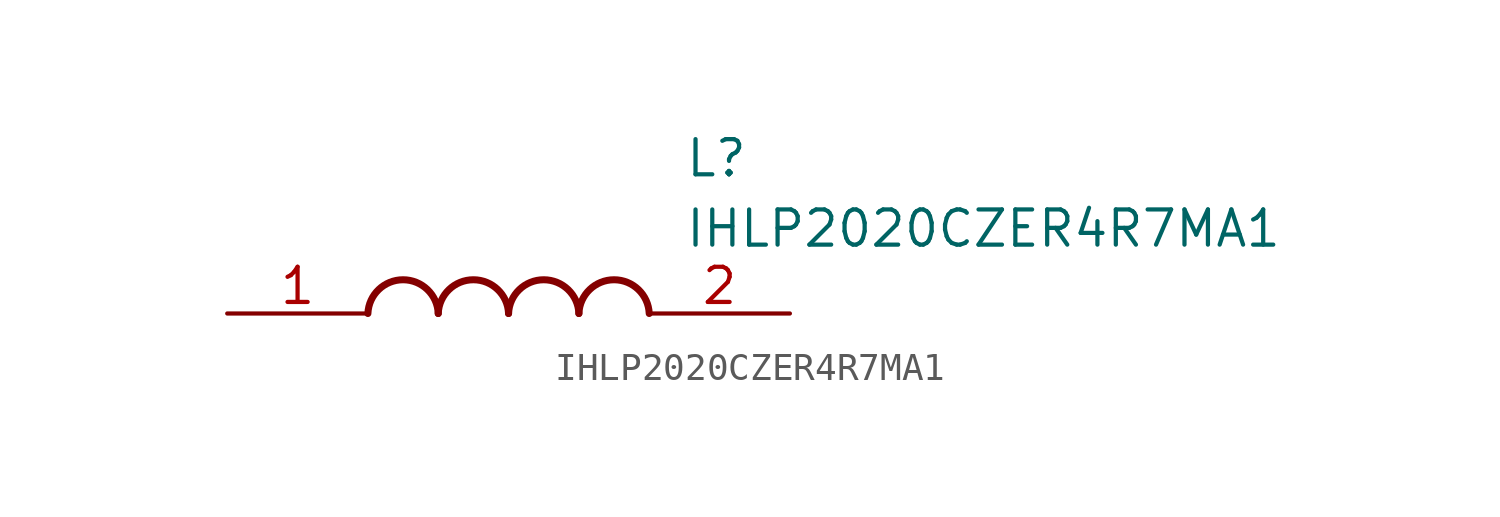
<source format=kicad_sym>
(kicad_symbol_lib
  (version 20211014)
  (generator SamacSys_ECAD_Model)
  (symbol "IHLP2020CZER4R7MA1"
    (pin_names hide)
    (property "Reference" "L"
      (at 16.51 6.35 0)
      (effects (font (size 1.27 1.27)) (justify left top)))
    (property "Value" "IHLP2020CZER4R7MA1"
      (at 16.51 3.81 0)
      (effects (font (size 1.27 1.27)) (justify left top)))
    (arc
      (start 7.62 0)
      (mid 6.35 1.219)
      (end 5.08 0)
      (stroke (width 0.254) (type default))
      (fill (type none)))
    (arc
      (start 10.16 0)
      (mid 8.89 1.219)
      (end 7.62 0)
      (stroke (width 0.254) (type default))
      (fill (type none)))
    (arc
      (start 12.7 0)
      (mid 11.43 1.219)
      (end 10.16 0)
      (stroke (width 0.254) (type default))
      (fill (type none)))
    (arc
      (start 15.24 0)
      (mid 13.97 1.219)
      (end 12.7 0)
      (stroke (width 0.254) (type default))
      (fill (type none)))
    (pin passive line
      (at 0 0 0)
      (length 5.08)
      (name "1" (effects (font (size 1.27 1.27))))
      (number "1" (effects (font (size 1.27 1.27)))))
    (pin passive line
      (at 20.32 0 180)
      (length 5.08)
      (name "2" (effects (font (size 1.27 1.27))))
      (number "2" (effects (font (size 1.27 1.27)))))))
</source>
